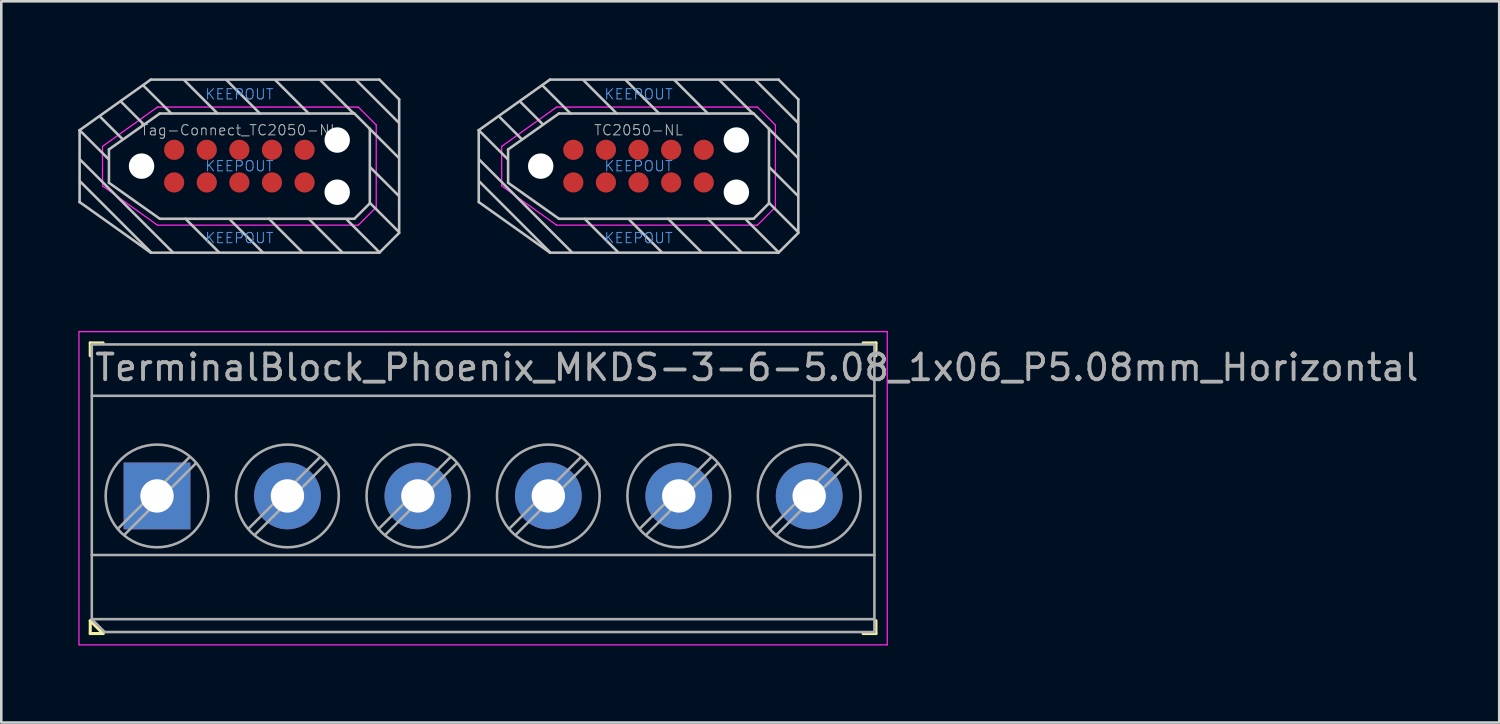
<source format=kicad_pcb>
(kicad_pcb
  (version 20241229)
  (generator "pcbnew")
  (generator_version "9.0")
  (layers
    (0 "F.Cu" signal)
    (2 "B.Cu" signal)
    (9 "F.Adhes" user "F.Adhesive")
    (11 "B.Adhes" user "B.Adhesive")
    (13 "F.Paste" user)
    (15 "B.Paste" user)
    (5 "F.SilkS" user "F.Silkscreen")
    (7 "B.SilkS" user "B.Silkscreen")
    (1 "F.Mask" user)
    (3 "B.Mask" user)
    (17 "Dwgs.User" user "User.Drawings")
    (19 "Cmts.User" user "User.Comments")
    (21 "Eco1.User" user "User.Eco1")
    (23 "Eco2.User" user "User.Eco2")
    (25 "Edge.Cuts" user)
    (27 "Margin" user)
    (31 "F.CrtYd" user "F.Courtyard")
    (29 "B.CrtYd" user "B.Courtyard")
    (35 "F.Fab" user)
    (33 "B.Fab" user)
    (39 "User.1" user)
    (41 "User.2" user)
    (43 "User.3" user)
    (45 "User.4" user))
  (footprint "Tag-Connect_TC2050-NL"
    (layer "F.Cu")
    (at 6.273 3.42)
    (property "Reference" "Tag-Connect_TC2050-NL" (at 0 -1.4 0) (layer "F.Fab") (effects (font (size 0.4 0.4) (thickness 0.04))))
    (attr exclude_from_pos_files exclude_from_bom dnp)
    (fp_line (start -6.223 -1.4) (end -5.1 -0.277) (stroke (width 0.1) (type solid)) (layer "Dwgs.User"))
    (fp_line (start -6.223 -1.4) (end -3.45 -3.37) (stroke (width 0.1) (type solid)) (layer "Dwgs.User"))
    (fp_line (start -6.223 1.4) (end -6.223 -1.4) (stroke (width 0.1) (type solid)) (layer "Dwgs.User"))
    (fp_line (start -6.223 1.4) (end -3.45 3.37) (stroke (width 0.1) (type solid)) (layer "Dwgs.User"))
    (fp_line (start -6.2 -0.25) (end -2.6 3.35) (stroke (width 0.1) (type solid)) (layer "Dwgs.User"))
    (fp_line (start -6.2 0.6) (end -3.45 3.35) (stroke (width 0.1) (type solid)) (layer "Dwgs.User"))
    (fp_line (start -5.4 -1.9) (end -4.55 -1.05) (stroke (width 0.1) (type solid)) (layer "Dwgs.User"))
    (fp_line (start -5.08 -0.65) (end -3.1 -2.05) (stroke (width 0.1) (type solid)) (layer "Dwgs.User"))
    (fp_line (start -5.08 0.65) (end -5.08 -0.65) (stroke (width 0.1) (type solid)) (layer "Dwgs.User"))
    (fp_line (start -4.6 -2.5) (end -3.75 -1.65) (stroke (width 0.1) (type solid)) (layer "Dwgs.User"))
    (fp_line (start -3.75 -3.15) (end -2.65 -2.05) (stroke (width 0.1) (type solid)) (layer "Dwgs.User"))
    (fp_line (start -3.45 -3.37) (end 5.453 -3.37) (stroke (width 0.1) (type solid)) (layer "Dwgs.User"))
    (fp_line (start -3.1 -2.05) (end 4.48 -2.05) (stroke (width 0.1) (type solid)) (layer "Dwgs.User"))
    (fp_line (start -3.1 2.05) (end -5.08 0.65) (stroke (width 0.1) (type solid)) (layer "Dwgs.User"))
    (fp_line (start -2.15 -3.35) (end -0.85 -2.05) (stroke (width 0.1) (type solid)) (layer "Dwgs.User"))
    (fp_line (start -2.1 2.05) (end -0.8 3.35) (stroke (width 0.1) (type solid)) (layer "Dwgs.User"))
    (fp_line (start -0.5 -3.35) (end 0.8 -2.05) (stroke (width 0.1) (type solid)) (layer "Dwgs.User"))
    (fp_line (start -0.35 2.1) (end 0.9 3.35) (stroke (width 0.1) (type solid)) (layer "Dwgs.User"))
    (fp_line (start 1.15 2.05) (end 2.45 3.35) (stroke (width 0.1) (type solid)) (layer "Dwgs.User"))
    (fp_line (start 1.4 -3.35) (end 2.7 -2.05) (stroke (width 0.1) (type solid)) (layer "Dwgs.User"))
    (fp_line (start 2.7 2.05) (end 4 3.35) (stroke (width 0.1) (type solid)) (layer "Dwgs.User"))
    (fp_line (start 3.15 -3.35) (end 4.4 -2.1) (stroke (width 0.1) (type solid)) (layer "Dwgs.User"))
    (fp_line (start 4.2 2.1) (end 5.45 3.35) (stroke (width 0.1) (type solid)) (layer "Dwgs.User"))
    (fp_line (start 4.4 -2.1) (end 4.45 -2.05) (stroke (width 0.1) (type solid)) (layer "Dwgs.User"))
    (fp_line (start 4.48 -2.05) (end 5.08 -1.45) (stroke (width 0.1) (type solid)) (layer "Dwgs.User"))
    (fp_line (start 4.48 2.05) (end -3.1 2.05) (stroke (width 0.1) (type solid)) (layer "Dwgs.User"))
    (fp_line (start 4.48 2.05) (end 5.08 1.45) (stroke (width 0.1) (type solid)) (layer "Dwgs.User"))
    (fp_line (start 4.55 -3.35) (end 6.2 -1.7) (stroke (width 0.1) (type solid)) (layer "Dwgs.User"))
    (fp_line (start 5.08 -1.45) (end 5.08 1.45) (stroke (width 0.1) (type solid)) (layer "Dwgs.User"))
    (fp_line (start 5.08 -1.45) (end 6.2 -0.33) (stroke (width 0.1) (type solid)) (layer "Dwgs.User"))
    (fp_line (start 5.1 0.05) (end 6.2 1.15) (stroke (width 0.1) (type solid)) (layer "Dwgs.User"))
    (fp_line (start 5.1 1.45) (end 6.2 2.55) (stroke (width 0.1) (type solid)) (layer "Dwgs.User"))
    (fp_line (start 5.453 -3.37) (end 6.223 -2.6) (stroke (width 0.1) (type solid)) (layer "Dwgs.User"))
    (fp_line (start 5.453 3.37) (end -3.45 3.37) (stroke (width 0.1) (type solid)) (layer "Dwgs.User"))
    (fp_line (start 5.453 3.37) (end 6.223 2.6) (stroke (width 0.1) (type solid)) (layer "Dwgs.User"))
    (fp_line (start 6.223 -2.6) (end 6.223 2.6) (stroke (width 0.1) (type solid)) (layer "Dwgs.User"))
    (fp_line (start -5.33 -0.77) (end -3.19 -2.3) (stroke (width 0.05) (type solid)) (layer "F.CrtYd"))
    (fp_line (start -5.33 0.77) (end -5.33 -0.77) (stroke (width 0.05) (type solid)) (layer "F.CrtYd"))
    (fp_line (start -3.19 -2.3) (end 4.63 -2.3) (stroke (width 0.05) (type solid)) (layer "F.CrtYd"))
    (fp_line (start -3.19 2.3) (end -5.33 0.77) (stroke (width 0.05) (type solid)) (layer "F.CrtYd"))
    (fp_line (start 4.63 -2.3) (end 5.33 -1.6) (stroke (width 0.05) (type solid)) (layer "F.CrtYd"))
    (fp_line (start 4.63 2.3) (end -3.19 2.3) (stroke (width 0.05) (type solid)) (layer "F.CrtYd"))
    (fp_line (start 4.63 2.3) (end 5.33 1.6) (stroke (width 0.05) (type solid)) (layer "F.CrtYd"))
    (fp_line (start 5.33 -1.6) (end 5.33 1.6) (stroke (width 0.05) (type solid)) (layer "F.CrtYd"))
    (fp_text user "KEEPOUT" (at 0 2.8 0) (layer "Cmts.User") (effects (font (size 0.4 0.4) (thickness 0.04))))
    (fp_text user "KEEPOUT" (at 0 0 0) (layer "Cmts.User") (effects (font (size 0.4 0.4) (thickness 0.04))))
    (fp_text user "KEEPOUT" (at 0 -2.8 0) (layer "Cmts.User") (effects (font (size 0.4 0.4) (thickness 0.04))))
    (pad "" np_thru_hole circle (at -3.81 0) (size 0.991 0.991) (drill 0.991) (layers "*.Cu" "*.Mask"))
    (pad "" np_thru_hole circle (at 3.81 -1.016) (size 0.991 0.991) (drill 0.991) (layers "*.Cu" "*.Mask"))
    (pad "" np_thru_hole circle (at 3.81 1.016) (size 0.991 0.991) (drill 0.991) (layers "*.Cu" "*.Mask"))
    (pad "1" connect circle (at -2.54 0.635) (size 0.787 0.787) (layers "F.Cu" "F.Mask"))
    (pad "2" connect circle (at -1.27 0.635) (size 0.787 0.787) (layers "F.Cu" "F.Mask"))
    (pad "3" connect circle (at 0 0.635) (size 0.787 0.787) (layers "F.Cu" "F.Mask"))
    (pad "4" connect circle (at 1.27 0.635) (size 0.787 0.787) (layers "F.Cu" "F.Mask"))
    (pad "5" connect circle (at 2.54 0.635) (size 0.787 0.787) (layers "F.Cu" "F.Mask"))
    (pad "6" connect circle (at 2.54 -0.635) (size 0.787 0.787) (layers "F.Cu" "F.Mask"))
    (pad "7" connect circle (at 1.27 -0.635) (size 0.787 0.787) (layers "F.Cu" "F.Mask"))
    (pad "8" connect circle (at 0 -0.635) (size 0.787 0.787) (layers "F.Cu" "F.Mask"))
    (pad "9" connect circle (at -1.27 -0.635) (size 0.787 0.787) (layers "F.Cu" "F.Mask"))
    (pad "10" connect circle (at -2.54 -0.635) (size 0.787 0.787) (layers "F.Cu" "F.Mask"))
    (zone (net_name "") (layer "F.Cu") (hatch full 0.508) (connect_pads) (min_thickness 0.254) (filled_areas_thickness no) (keepout (tracks allowed) (vias not_allowed) (pads allowed) (copperpour not_allowed) (footprints not_allowed)) (placement (enabled no)) (fill) (polygon (pts (xy 3.733 4.055) (xy 8.813 4.055) (xy 8.813 2.785) (xy 3.733 2.785)))))
  (footprint "TC2050-NL"
    (layer "F.Cu")
    (at 21.819 3.42)
    (property "Reference" "TC2050-NL" (at 0 -1.4 0) (layer "F.Fab") (effects (font (size 0.4 0.4) (thickness 0.04))))
    (attr exclude_from_pos_files exclude_from_bom dnp)
    (fp_line (start -6.223 -1.4) (end -5.1 -0.277) (stroke (width 0.1) (type solid)) (layer "Dwgs.User"))
    (fp_line (start -6.223 -1.4) (end -3.45 -3.37) (stroke (width 0.1) (type solid)) (layer "Dwgs.User"))
    (fp_line (start -6.223 1.4) (end -6.223 -1.4) (stroke (width 0.1) (type solid)) (layer "Dwgs.User"))
    (fp_line (start -6.223 1.4) (end -3.45 3.37) (stroke (width 0.1) (type solid)) (layer "Dwgs.User"))
    (fp_line (start -6.2 -0.25) (end -2.6 3.35) (stroke (width 0.1) (type solid)) (layer "Dwgs.User"))
    (fp_line (start -6.2 0.6) (end -3.45 3.35) (stroke (width 0.1) (type solid)) (layer "Dwgs.User"))
    (fp_line (start -5.4 -1.9) (end -4.55 -1.05) (stroke (width 0.1) (type solid)) (layer "Dwgs.User"))
    (fp_line (start -5.08 -0.65) (end -3.1 -2.05) (stroke (width 0.1) (type solid)) (layer "Dwgs.User"))
    (fp_line (start -5.08 0.65) (end -5.08 -0.65) (stroke (width 0.1) (type solid)) (layer "Dwgs.User"))
    (fp_line (start -4.6 -2.5) (end -3.75 -1.65) (stroke (width 0.1) (type solid)) (layer "Dwgs.User"))
    (fp_line (start -3.75 -3.15) (end -2.65 -2.05) (stroke (width 0.1) (type solid)) (layer "Dwgs.User"))
    (fp_line (start -3.45 -3.37) (end 5.453 -3.37) (stroke (width 0.1) (type solid)) (layer "Dwgs.User"))
    (fp_line (start -3.1 -2.05) (end 4.48 -2.05) (stroke (width 0.1) (type solid)) (layer "Dwgs.User"))
    (fp_line (start -3.1 2.05) (end -5.08 0.65) (stroke (width 0.1) (type solid)) (layer "Dwgs.User"))
    (fp_line (start -2.15 -3.35) (end -0.85 -2.05) (stroke (width 0.1) (type solid)) (layer "Dwgs.User"))
    (fp_line (start -2.1 2.05) (end -0.8 3.35) (stroke (width 0.1) (type solid)) (layer "Dwgs.User"))
    (fp_line (start -0.5 -3.35) (end 0.8 -2.05) (stroke (width 0.1) (type solid)) (layer "Dwgs.User"))
    (fp_line (start -0.35 2.1) (end 0.9 3.35) (stroke (width 0.1) (type solid)) (layer "Dwgs.User"))
    (fp_line (start 1.15 2.05) (end 2.45 3.35) (stroke (width 0.1) (type solid)) (layer "Dwgs.User"))
    (fp_line (start 1.4 -3.35) (end 2.7 -2.05) (stroke (width 0.1) (type solid)) (layer "Dwgs.User"))
    (fp_line (start 2.7 2.05) (end 4 3.35) (stroke (width 0.1) (type solid)) (layer "Dwgs.User"))
    (fp_line (start 3.15 -3.35) (end 4.4 -2.1) (stroke (width 0.1) (type solid)) (layer "Dwgs.User"))
    (fp_line (start 4.2 2.1) (end 5.45 3.35) (stroke (width 0.1) (type solid)) (layer "Dwgs.User"))
    (fp_line (start 4.4 -2.1) (end 4.45 -2.05) (stroke (width 0.1) (type solid)) (layer "Dwgs.User"))
    (fp_line (start 4.48 -2.05) (end 5.08 -1.45) (stroke (width 0.1) (type solid)) (layer "Dwgs.User"))
    (fp_line (start 4.48 2.05) (end -3.1 2.05) (stroke (width 0.1) (type solid)) (layer "Dwgs.User"))
    (fp_line (start 4.48 2.05) (end 5.08 1.45) (stroke (width 0.1) (type solid)) (layer "Dwgs.User"))
    (fp_line (start 4.55 -3.35) (end 6.2 -1.7) (stroke (width 0.1) (type solid)) (layer "Dwgs.User"))
    (fp_line (start 5.08 -1.45) (end 5.08 1.45) (stroke (width 0.1) (type solid)) (layer "Dwgs.User"))
    (fp_line (start 5.08 -1.45) (end 6.2 -0.33) (stroke (width 0.1) (type solid)) (layer "Dwgs.User"))
    (fp_line (start 5.1 0.05) (end 6.2 1.15) (stroke (width 0.1) (type solid)) (layer "Dwgs.User"))
    (fp_line (start 5.1 1.45) (end 6.2 2.55) (stroke (width 0.1) (type solid)) (layer "Dwgs.User"))
    (fp_line (start 5.453 -3.37) (end 6.223 -2.6) (stroke (width 0.1) (type solid)) (layer "Dwgs.User"))
    (fp_line (start 5.453 3.37) (end -3.45 3.37) (stroke (width 0.1) (type solid)) (layer "Dwgs.User"))
    (fp_line (start 5.453 3.37) (end 6.223 2.6) (stroke (width 0.1) (type solid)) (layer "Dwgs.User"))
    (fp_line (start 6.223 -2.6) (end 6.223 2.6) (stroke (width 0.1) (type solid)) (layer "Dwgs.User"))
    (fp_line (start -5.33 -0.77) (end -3.19 -2.3) (stroke (width 0.05) (type solid)) (layer "F.CrtYd"))
    (fp_line (start -5.33 0.77) (end -5.33 -0.77) (stroke (width 0.05) (type solid)) (layer "F.CrtYd"))
    (fp_line (start -3.19 -2.3) (end 4.63 -2.3) (stroke (width 0.05) (type solid)) (layer "F.CrtYd"))
    (fp_line (start -3.19 2.3) (end -5.33 0.77) (stroke (width 0.05) (type solid)) (layer "F.CrtYd"))
    (fp_line (start 4.63 -2.3) (end 5.33 -1.6) (stroke (width 0.05) (type solid)) (layer "F.CrtYd"))
    (fp_line (start 4.63 2.3) (end -3.19 2.3) (stroke (width 0.05) (type solid)) (layer "F.CrtYd"))
    (fp_line (start 4.63 2.3) (end 5.33 1.6) (stroke (width 0.05) (type solid)) (layer "F.CrtYd"))
    (fp_line (start 5.33 -1.6) (end 5.33 1.6) (stroke (width 0.05) (type solid)) (layer "F.CrtYd"))
    (fp_text user "KEEPOUT" (at 0 -2.8 0) (layer "Cmts.User") (effects (font (size 0.4 0.4) (thickness 0.04))))
    (fp_text user "KEEPOUT" (at 0 0 0) (layer "Cmts.User") (effects (font (size 0.4 0.4) (thickness 0.04))))
    (fp_text user "KEEPOUT" (at 0 2.8 0) (layer "Cmts.User") (effects (font (size 0.4 0.4) (thickness 0.04))))
    (pad "" np_thru_hole circle (at -3.81 0) (size 0.991 0.991) (drill 0.991) (layers "*.Cu" "*.Mask"))
    (pad "" np_thru_hole circle (at 3.81 -1.016) (size 0.991 0.991) (drill 0.991) (layers "*.Cu" "*.Mask"))
    (pad "" np_thru_hole circle (at 3.81 1.016) (size 0.991 0.991) (drill 0.991) (layers "*.Cu" "*.Mask"))
    (pad "1" connect circle (at -2.54 0.635) (size 0.787 0.787) (layers "F.Cu" "F.Mask"))
    (pad "2" connect circle (at -1.27 0.635) (size 0.787 0.787) (layers "F.Cu" "F.Mask"))
    (pad "3" connect circle (at 0 0.635) (size 0.787 0.787) (layers "F.Cu" "F.Mask"))
    (pad "4" connect circle (at 1.27 0.635) (size 0.787 0.787) (layers "F.Cu" "F.Mask"))
    (pad "5" connect circle (at 2.54 0.635) (size 0.787 0.787) (layers "F.Cu" "F.Mask"))
    (pad "6" connect circle (at 2.54 -0.635) (size 0.787 0.787) (layers "F.Cu" "F.Mask"))
    (pad "7" connect circle (at 1.27 -0.635) (size 0.787 0.787) (layers "F.Cu" "F.Mask"))
    (pad "8" connect circle (at 0 -0.635) (size 0.787 0.787) (layers "F.Cu" "F.Mask"))
    (pad "9" connect circle (at -1.27 -0.635) (size 0.787 0.787) (layers "F.Cu" "F.Mask"))
    (pad "10" connect circle (at -2.54 -0.635) (size 0.787 0.787) (layers "F.Cu" "F.Mask"))
    (zone (net_name "") (layer "F.Cu") (hatch full 0.508) (connect_pads) (min_thickness 0.254) (filled_areas_thickness no) (keepout (tracks allowed) (vias not_allowed) (pads allowed) (copperpour not_allowed) (footprints not_allowed)) (placement (enabled no)) (fill) (polygon (pts (xy 19.279 4.055) (xy 24.359 4.055) (xy 24.359 2.785) (xy 19.279 2.785)))))
  (footprint "TerminalBlock_Phoenix_MKDS-3-6-5.08_1x06_P5.08mm_Horizontal"
    (layer "F.Cu")
    (at 3.065 16.265)
    (property "Reference" "TerminalBlock_Phoenix_MKDS-3-6-5.08_1x06_P5.08mm_Horizontal" (at -2.5 -5 0) (layer "F.Fab") (effects (font (size 1 1) (thickness 0.15)) (justify left)))
    (attr through_hole)
    (fp_line (start -2.6 -5.96) (end -2.6 -5.46) (stroke (width 0.12) (type solid)) (layer "F.SilkS"))
    (fp_line (start -2.6 -5.96) (end -2.1 -5.96) (stroke (width 0.12) (type solid)) (layer "F.SilkS"))
    (fp_line (start -2.6 4.86) (end -2.1 5.36) (stroke (width 0.12) (type solid)) (layer "F.SilkS"))
    (fp_line (start -2.6 5.36) (end -2.6 4.86) (stroke (width 0.12) (type solid)) (layer "F.SilkS"))
    (fp_line (start -2.6 5.36) (end -2.1 5.36) (stroke (width 0.12) (type solid)) (layer "F.SilkS"))
    (fp_line (start 28 -5.96) (end 27.5 -5.96) (stroke (width 0.12) (type solid)) (layer "F.SilkS"))
    (fp_line (start 28 -5.96) (end 28 -5.46) (stroke (width 0.12) (type solid)) (layer "F.SilkS"))
    (fp_line (start 28 5.36) (end 27.5 5.36) (stroke (width 0.12) (type solid)) (layer "F.SilkS"))
    (fp_line (start 28 5.36) (end 28 4.86) (stroke (width 0.12) (type solid)) (layer "F.SilkS"))
    (fp_line (start -3.04 -6.4) (end -3.04 5.8) (stroke (width 0.05) (type solid)) (layer "F.CrtYd"))
    (fp_line (start -3.04 5.8) (end 28.44 5.8) (stroke (width 0.05) (type solid)) (layer "F.CrtYd"))
    (fp_line (start 28.44 -6.4) (end -3.04 -6.4) (stroke (width 0.05) (type solid)) (layer "F.CrtYd"))
    (fp_line (start 28.44 5.8) (end 28.44 -6.4) (stroke (width 0.05) (type solid)) (layer "F.CrtYd"))
    (fp_line (start -2.54 -5.9) (end 27.94 -5.9) (stroke (width 0.1) (type solid)) (layer "F.Fab"))
    (fp_line (start -2.54 -3.9) (end 27.94 -3.9) (stroke (width 0.1) (type solid)) (layer "F.Fab"))
    (fp_line (start -2.54 2.3) (end 27.94 2.3) (stroke (width 0.1) (type solid)) (layer "F.Fab"))
    (fp_line (start -2.54 4.8) (end -2.54 -5.9) (stroke (width 0.1) (type solid)) (layer "F.Fab"))
    (fp_line (start -2.54 4.8) (end 27.94 4.8) (stroke (width 0.1) (type solid)) (layer "F.Fab"))
    (fp_line (start -2.04 5.3) (end -2.54 4.8) (stroke (width 0.1) (type solid)) (layer "F.Fab"))
    (fp_line (start 1.273 -1.517) (end -1.517 1.273) (stroke (width 0.1) (type solid)) (layer "F.Fab"))
    (fp_line (start 1.517 -1.273) (end -1.273 1.517) (stroke (width 0.1) (type solid)) (layer "F.Fab"))
    (fp_line (start 6.353 -1.517) (end 3.564 1.273) (stroke (width 0.1) (type solid)) (layer "F.Fab"))
    (fp_line (start 6.597 -1.273) (end 3.808 1.517) (stroke (width 0.1) (type solid)) (layer "F.Fab"))
    (fp_line (start 11.433 -1.517) (end 8.644 1.273) (stroke (width 0.1) (type solid)) (layer "F.Fab"))
    (fp_line (start 11.677 -1.273) (end 8.888 1.517) (stroke (width 0.1) (type solid)) (layer "F.Fab"))
    (fp_line (start 16.513 -1.517) (end 13.724 1.273) (stroke (width 0.1) (type solid)) (layer "F.Fab"))
    (fp_line (start 16.757 -1.273) (end 13.968 1.517) (stroke (width 0.1) (type solid)) (layer "F.Fab"))
    (fp_line (start 21.593 -1.517) (end 18.804 1.273) (stroke (width 0.1) (type solid)) (layer "F.Fab"))
    (fp_line (start 21.837 -1.273) (end 19.048 1.517) (stroke (width 0.1) (type solid)) (layer "F.Fab"))
    (fp_line (start 26.673 -1.517) (end 23.884 1.273) (stroke (width 0.1) (type solid)) (layer "F.Fab"))
    (fp_line (start 26.917 -1.273) (end 24.128 1.517) (stroke (width 0.1) (type solid)) (layer "F.Fab"))
    (fp_line (start 27.94 -5.9) (end 27.94 5.3) (stroke (width 0.1) (type solid)) (layer "F.Fab"))
    (fp_line (start 27.94 5.3) (end -2.04 5.3) (stroke (width 0.1) (type solid)) (layer "F.Fab"))
    (fp_circle (center 0 0) (end 2 0) (stroke (width 0.1) (type solid)) (fill no) (layer "F.Fab"))
    (fp_circle (center 5.08 0) (end 7.08 0) (stroke (width 0.1) (type solid)) (fill no) (layer "F.Fab"))
    (fp_circle (center 10.16 0) (end 12.16 0) (stroke (width 0.1) (type solid)) (fill no) (layer "F.Fab"))
    (fp_circle (center 15.24 0) (end 17.24 0) (stroke (width 0.1) (type solid)) (fill no) (layer "F.Fab"))
    (fp_circle (center 20.32 0) (end 22.32 0) (stroke (width 0.1) (type solid)) (fill no) (layer "F.Fab"))
    (fp_circle (center 25.4 0) (end 27.4 0) (stroke (width 0.1) (type solid)) (fill no) (layer "F.Fab"))
    (pad "1" thru_hole rect (at 0 0) (size 2.6 2.6) (drill 1.3) (layers "*.Cu" "*.Mask"))
    (pad "2" thru_hole circle (at 5.08 0) (size 2.6 2.6) (drill 1.3) (layers "*.Cu" "*.Mask"))
    (pad "3" thru_hole circle (at 10.16 0) (size 2.6 2.6) (drill 1.3) (layers "*.Cu" "*.Mask"))
    (pad "4" thru_hole circle (at 15.24 0) (size 2.6 2.6) (drill 1.3) (layers "*.Cu" "*.Mask"))
    (pad "5" thru_hole circle (at 20.32 0) (size 2.6 2.6) (drill 1.3) (layers "*.Cu" "*.Mask"))
    (pad "6" thru_hole circle (at 25.4 0) (size 2.6 2.6) (drill 1.3) (layers "*.Cu" "*.Mask")))
  (gr_rect
    (start -3 -3)
    (end 55.339 25.09)
    (stroke (width 0.1) (type default))
    (fill no)
    (layer "Edge.Cuts")))
</source>
